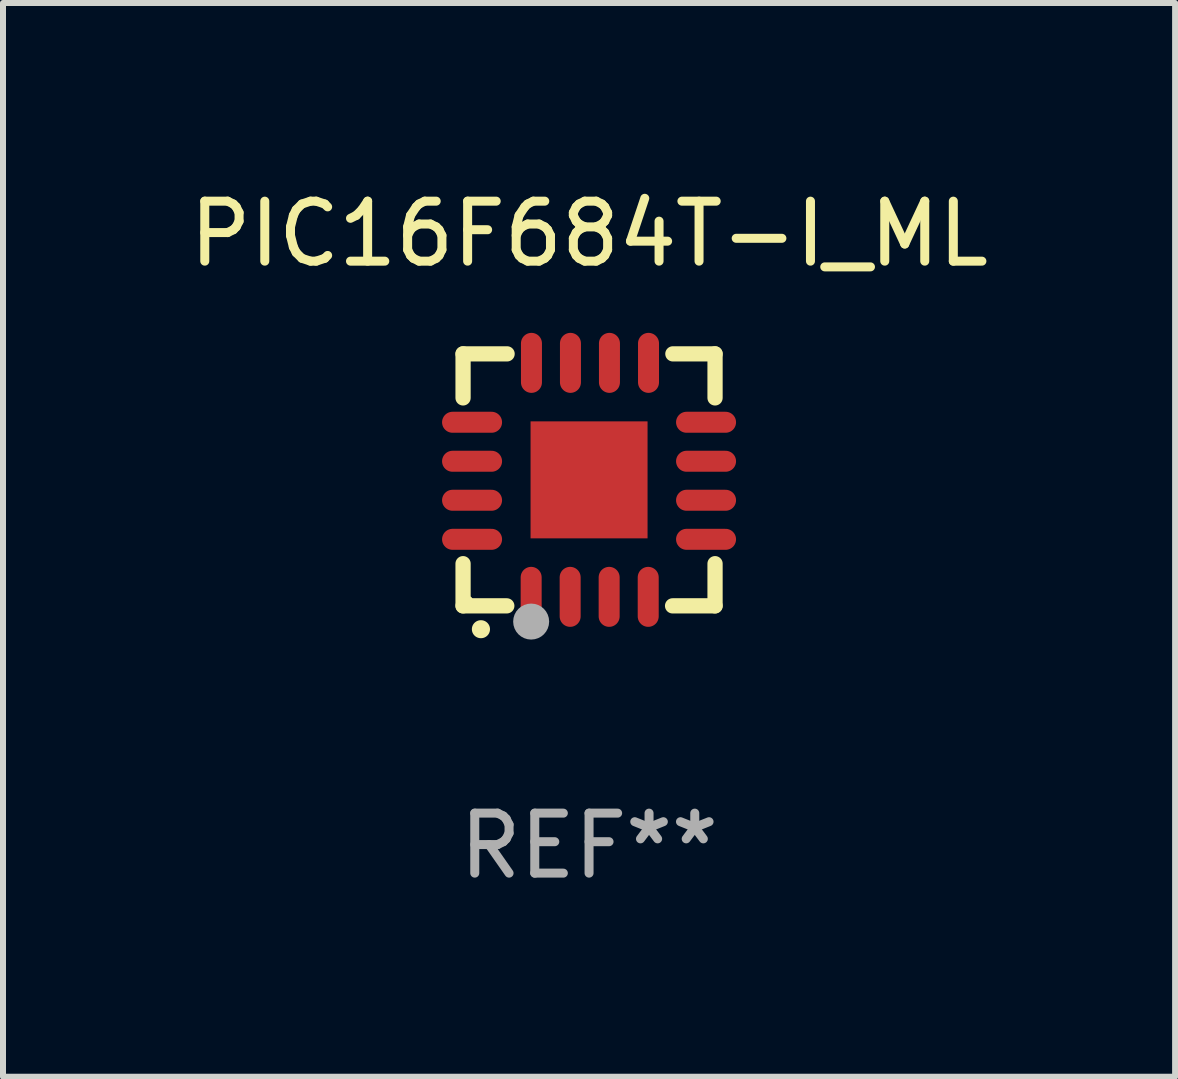
<source format=kicad_pcb>
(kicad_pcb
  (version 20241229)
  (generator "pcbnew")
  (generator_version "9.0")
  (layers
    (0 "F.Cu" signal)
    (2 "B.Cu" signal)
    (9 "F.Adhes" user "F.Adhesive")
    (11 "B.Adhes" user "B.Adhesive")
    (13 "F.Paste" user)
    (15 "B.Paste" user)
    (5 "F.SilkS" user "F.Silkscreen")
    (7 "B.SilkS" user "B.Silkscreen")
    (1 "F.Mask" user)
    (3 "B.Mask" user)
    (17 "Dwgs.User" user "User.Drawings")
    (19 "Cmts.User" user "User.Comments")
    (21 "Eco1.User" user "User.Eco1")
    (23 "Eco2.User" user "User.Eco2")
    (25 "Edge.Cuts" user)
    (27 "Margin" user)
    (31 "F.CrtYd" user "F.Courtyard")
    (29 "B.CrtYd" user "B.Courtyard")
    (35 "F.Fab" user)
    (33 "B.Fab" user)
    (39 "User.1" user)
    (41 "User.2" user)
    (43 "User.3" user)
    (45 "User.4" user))
  (footprint "PIC16F684T-I_ML"
    (layer "F.Cu")
    (at 6.768 4.948)
    (property "Reference" "PIC16F684T-I_ML" (at 0 -4.1 0) (layer "F.SilkS") (effects (font (size 1 1) (thickness 0.15))))
    (attr through_hole)
    (fp_line (start -2.1 -2.1) (end -1.366 -2.1) (stroke (width 0.254) (type solid)) (layer "F.SilkS"))
    (fp_line (start -2.1 -1.366) (end -2.1 -2.1) (stroke (width 0.254) (type solid)) (layer "F.SilkS"))
    (fp_line (start -2.1 2.1) (end -2.1 1.397) (stroke (width 0.254) (type solid)) (layer "F.SilkS"))
    (fp_line (start -2.1 2.1) (end -1.371 2.1) (stroke (width 0.254) (type solid)) (layer "F.SilkS"))
    (fp_line (start 1.392 2.1) (end 2.1 2.1) (stroke (width 0.254) (type solid)) (layer "F.SilkS"))
    (fp_line (start 1.397 -2.1) (end 2.1 -2.1) (stroke (width 0.254) (type solid)) (layer "F.SilkS"))
    (fp_line (start 2.1 -1.366) (end 2.1 -2.1) (stroke (width 0.254) (type solid)) (layer "F.SilkS"))
    (fp_line (start 2.1 2.1) (end 2.1 1.397) (stroke (width 0.254) (type solid)) (layer "F.SilkS"))
    (fp_arc (start -1.803404 2.489205) (mid -1.802134 2.4892) (end -1.800864 2.489205) (stroke (width 0.3) (type solid)) (layer "F.SilkS"))
    (fp_circle (center -2 2) (end -1.97 2) (stroke (width 0.06) (type solid)) (fill no) (layer "F.SilkS"))
    (fp_circle (center -0.965 2.362) (end -0.815 2.362) (stroke (width 0.3) (type solid)) (fill no) (layer "F.Fab"))
    (fp_text user "REF**" (at 0 6.1 0) (layer "F.Fab") (effects (font (size 1 1) (thickness 0.15))))
    (pad "1" smd oval (at -0.965 1.95) (size 0.35 1) (layers "F.Cu" "F.Mask" "F.Paste"))
    (pad "2" smd oval (at -0.315 1.95) (size 0.35 1) (layers "F.Cu" "F.Mask" "F.Paste"))
    (pad "3" smd oval (at 0.335 1.95) (size 0.35 1) (layers "F.Cu" "F.Mask" "F.Paste"))
    (pad "4" smd oval (at 0.986 1.95) (size 0.35 1) (layers "F.Cu" "F.Mask" "F.Paste"))
    (pad "5" smd oval (at 1.95 0.991) (size 1 0.35) (layers "F.Cu" "F.Mask" "F.Paste"))
    (pad "6" smd oval (at 1.95 0.34) (size 1 0.35) (layers "F.Cu" "F.Mask" "F.Paste"))
    (pad "7" smd oval (at 1.95 -0.31) (size 1 0.35) (layers "F.Cu" "F.Mask" "F.Paste"))
    (pad "8" smd oval (at 1.95 -0.96) (size 1 0.35) (layers "F.Cu" "F.Mask" "F.Paste"))
    (pad "9" smd oval (at 0.991 -1.95) (size 0.35 1) (layers "F.Cu" "F.Mask" "F.Paste"))
    (pad "10" smd oval (at 0.34 -1.95) (size 0.35 1) (layers "F.Cu" "F.Mask" "F.Paste"))
    (pad "11" smd oval (at -0.31 -1.95) (size 0.35 1) (layers "F.Cu" "F.Mask" "F.Paste"))
    (pad "12" smd oval (at -0.96 -1.95) (size 0.35 1) (layers "F.Cu" "F.Mask" "F.Paste"))
    (pad "13" smd oval (at -1.95 -0.96) (size 1 0.35) (layers "F.Cu" "F.Mask" "F.Paste"))
    (pad "14" smd oval (at -1.95 -0.31) (size 1 0.35) (layers "F.Cu" "F.Mask" "F.Paste"))
    (pad "15" smd oval (at -1.95 0.34) (size 1 0.35) (layers "F.Cu" "F.Mask" "F.Paste"))
    (pad "16" smd oval (at -1.95 0.991) (size 1 0.35) (layers "F.Cu" "F.Mask" "F.Paste"))
    (pad "17" smd rect (at 0 0) (size 1.95 1.95) (layers "F.Cu" "F.Mask" "F.Paste")))
  (gr_rect
    (start -3 -3)
    (end 16.536 14.896)
    (stroke (width 0.1) (type default))
    (fill no)
    (layer "Edge.Cuts")))
</source>
